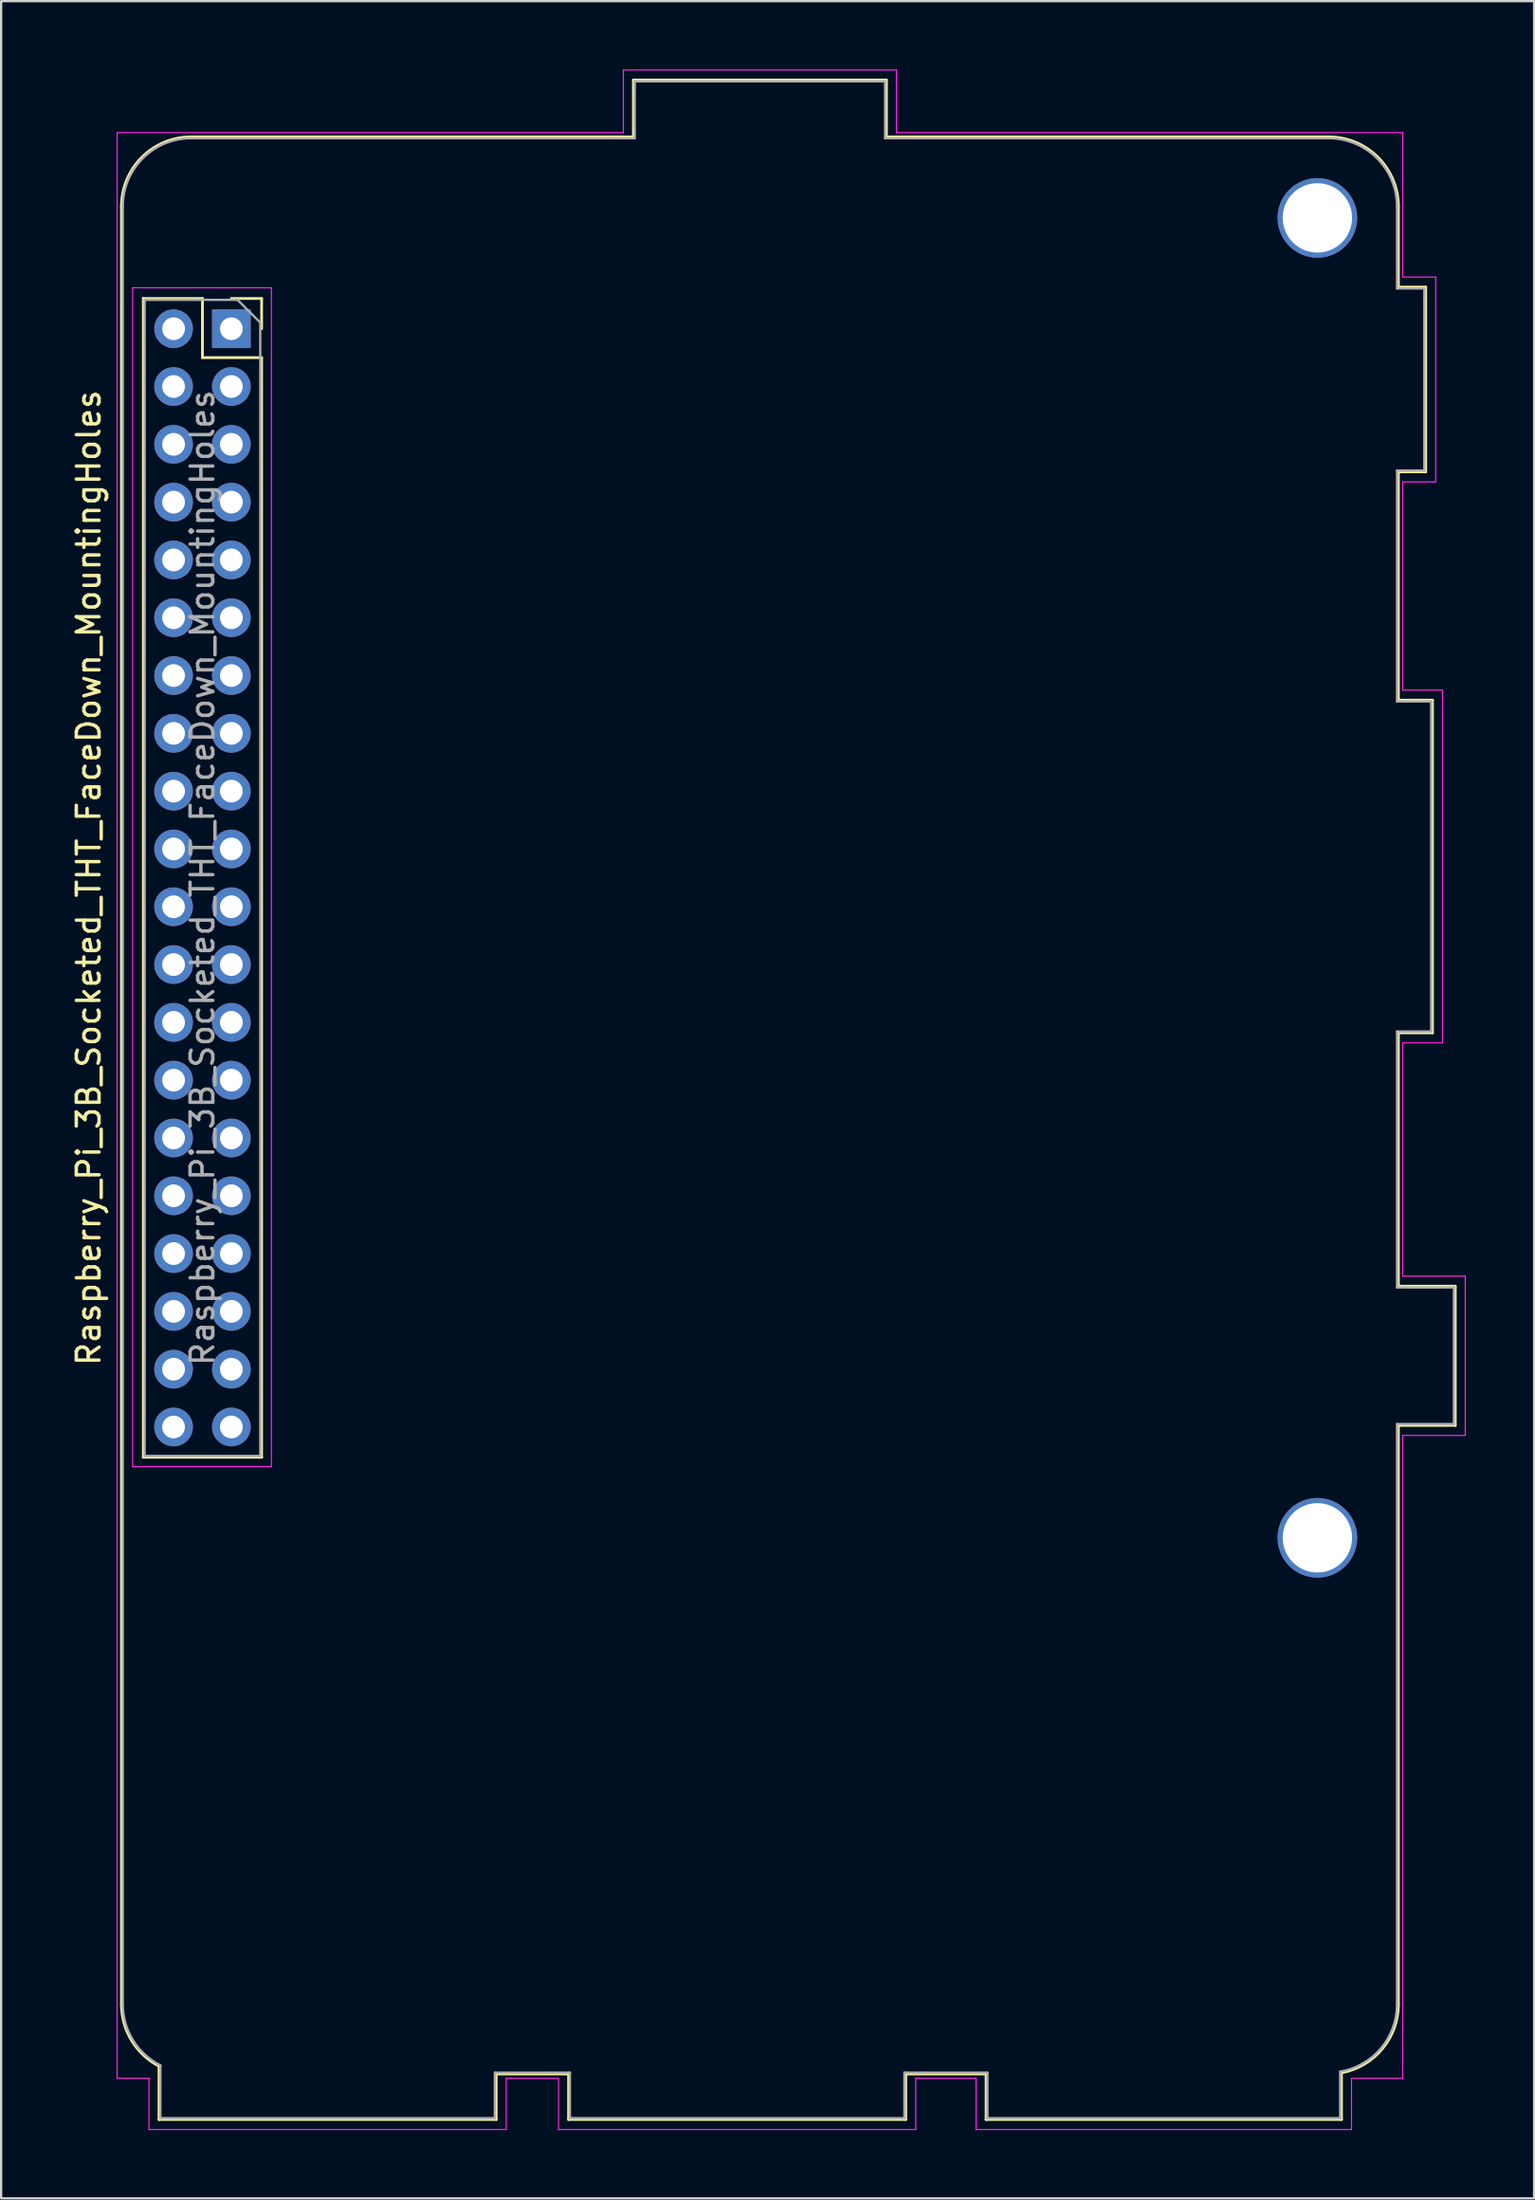
<source format=kicad_pcb>
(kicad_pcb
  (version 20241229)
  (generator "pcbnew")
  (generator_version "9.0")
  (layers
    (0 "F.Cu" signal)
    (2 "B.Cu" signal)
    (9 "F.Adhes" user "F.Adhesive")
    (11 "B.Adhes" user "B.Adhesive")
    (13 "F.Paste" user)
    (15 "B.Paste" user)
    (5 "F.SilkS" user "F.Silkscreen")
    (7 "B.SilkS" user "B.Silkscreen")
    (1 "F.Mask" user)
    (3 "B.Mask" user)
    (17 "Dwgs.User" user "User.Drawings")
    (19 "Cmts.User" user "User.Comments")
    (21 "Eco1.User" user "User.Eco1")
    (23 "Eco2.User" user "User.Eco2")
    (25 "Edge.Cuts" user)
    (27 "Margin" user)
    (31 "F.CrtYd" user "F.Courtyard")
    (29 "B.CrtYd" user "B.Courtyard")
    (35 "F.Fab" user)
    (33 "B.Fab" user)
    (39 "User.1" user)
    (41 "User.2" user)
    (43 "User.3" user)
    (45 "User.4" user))
  (footprint "Raspberry_Pi_3B_Socketed_THT_FaceDown_MountingHoles"
    (layer "F.Cu")
    (at 7.118 11.395)
    (property "Reference" "Raspberry_Pi_3B_Socketed_THT_FaceDown_MountingHoles" (at -6.27 24.13 90) (layer "F.SilkS") (effects (font (size 1 1) (thickness 0.15))))
    (attr through_hole)
    (fp_line (start -4.83 73.63) (end -4.83 -5.37) (stroke (width 0.12) (type solid)) (layer "F.SilkS"))
    (fp_line (start -3.87 -1.33) (end -3.87 49.59) (stroke (width 0.12) (type solid)) (layer "F.SilkS"))
    (fp_line (start -3.87 -1.33) (end -1.27 -1.33) (stroke (width 0.12) (type solid)) (layer "F.SilkS"))
    (fp_line (start -3.87 49.59) (end 1.33 49.59) (stroke (width 0.12) (type solid)) (layer "F.SilkS"))
    (fp_line (start -3.18 78.69) (end -3.178 76.347) (stroke (width 0.12) (type solid)) (layer "F.SilkS"))
    (fp_line (start -1.77 -8.43) (end 17.67 -8.43) (stroke (width 0.12) (type solid)) (layer "F.SilkS"))
    (fp_line (start -1.27 -1.33) (end -1.27 1.27) (stroke (width 0.12) (type solid)) (layer "F.SilkS"))
    (fp_line (start -1.27 1.27) (end 1.33 1.27) (stroke (width 0.12) (type solid)) (layer "F.SilkS"))
    (fp_line (start 0 -1.33) (end 1.33 -1.33) (stroke (width 0.12) (type solid)) (layer "F.SilkS"))
    (fp_line (start 1.33 -1.33) (end 1.33 0) (stroke (width 0.12) (type solid)) (layer "F.SilkS"))
    (fp_line (start 1.33 1.27) (end 1.33 49.59) (stroke (width 0.12) (type solid)) (layer "F.SilkS"))
    (fp_line (start 11.64 76.69) (end 11.64 78.69) (stroke (width 0.12) (type solid)) (layer "F.SilkS"))
    (fp_line (start 11.64 78.69) (end -3.18 78.69) (stroke (width 0.12) (type solid)) (layer "F.SilkS"))
    (fp_line (start 14.82 76.69) (end 11.64 76.69) (stroke (width 0.12) (type solid)) (layer "F.SilkS"))
    (fp_line (start 14.82 78.69) (end 14.82 76.69) (stroke (width 0.12) (type solid)) (layer "F.SilkS"))
    (fp_line (start 17.67 -10.93) (end 17.67 -8.43) (stroke (width 0.12) (type solid)) (layer "F.SilkS"))
    (fp_line (start 28.79 -10.93) (end 17.67 -10.93) (stroke (width 0.12) (type solid)) (layer "F.SilkS"))
    (fp_line (start 28.79 -8.43) (end 28.79 -10.93) (stroke (width 0.12) (type solid)) (layer "F.SilkS"))
    (fp_line (start 29.64 76.69) (end 29.64 78.69) (stroke (width 0.12) (type solid)) (layer "F.SilkS"))
    (fp_line (start 29.64 78.69) (end 14.82 78.69) (stroke (width 0.12) (type solid)) (layer "F.SilkS"))
    (fp_line (start 33.17 76.69) (end 29.64 76.69) (stroke (width 0.12) (type solid)) (layer "F.SilkS"))
    (fp_line (start 33.17 78.69) (end 33.17 76.69) (stroke (width 0.12) (type solid)) (layer "F.SilkS"))
    (fp_line (start 48.23 -8.43) (end 28.79 -8.43) (stroke (width 0.12) (type solid)) (layer "F.SilkS"))
    (fp_line (start 48.79 78.69) (end 33.17 78.69) (stroke (width 0.12) (type solid)) (layer "F.SilkS"))
    (fp_line (start 48.79 78.69) (end 48.79 76.638) (stroke (width 0.12) (type solid)) (layer "F.SilkS"))
    (fp_line (start 51.29 -5.37) (end 51.29 -1.83) (stroke (width 0.12) (type solid)) (layer "F.SilkS"))
    (fp_line (start 51.29 -1.83) (end 52.49 -1.83) (stroke (width 0.12) (type solid)) (layer "F.SilkS"))
    (fp_line (start 51.29 6.29) (end 51.29 16.32) (stroke (width 0.12) (type solid)) (layer "F.SilkS"))
    (fp_line (start 51.29 16.32) (end 52.79 16.32) (stroke (width 0.12) (type solid)) (layer "F.SilkS"))
    (fp_line (start 51.29 30.94) (end 51.29 42.07) (stroke (width 0.12) (type solid)) (layer "F.SilkS"))
    (fp_line (start 51.29 42.07) (end 53.79 42.07) (stroke (width 0.12) (type solid)) (layer "F.SilkS"))
    (fp_line (start 51.29 48.19) (end 51.29 73.63) (stroke (width 0.12) (type solid)) (layer "F.SilkS"))
    (fp_line (start 52.49 -1.83) (end 52.49 6.29) (stroke (width 0.12) (type solid)) (layer "F.SilkS"))
    (fp_line (start 52.49 6.29) (end 51.29 6.29) (stroke (width 0.12) (type solid)) (layer "F.SilkS"))
    (fp_line (start 52.79 16.32) (end 52.79 30.94) (stroke (width 0.12) (type solid)) (layer "F.SilkS"))
    (fp_line (start 52.79 30.94) (end 51.29 30.94) (stroke (width 0.12) (type solid)) (layer "F.SilkS"))
    (fp_line (start 53.79 42.07) (end 53.79 48.19) (stroke (width 0.12) (type solid)) (layer "F.SilkS"))
    (fp_line (start 53.79 48.19) (end 51.29 48.19) (stroke (width 0.12) (type solid)) (layer "F.SilkS"))
    (fp_arc (start -4.83 -5.37) (mid -3.933747 -7.533747) (end -1.77 -8.43) (stroke (width 0.12) (type solid)) (layer "F.SilkS"))
    (fp_arc (start -3.178211 76.346715) (mid -4.384644 75.219728) (end -4.83 73.63) (stroke (width 0.12) (type solid)) (layer "F.SilkS"))
    (fp_arc (start 48.23 -8.43) (mid 50.393747 -7.533747) (end 51.29 -5.37) (stroke (width 0.12) (type solid)) (layer "F.SilkS"))
    (fp_arc (start 51.29 73.63) (mid 50.583325 75.585879) (end 48.789698 76.638378) (stroke (width 0.12) (type solid)) (layer "F.SilkS"))
    (fp_line (start -5.02 -8.62) (end 17.23 -8.62) (stroke (width 0.05) (type solid)) (layer "F.CrtYd"))
    (fp_line (start -5.02 76.88) (end -5.02 -8.62) (stroke (width 0.05) (type solid)) (layer "F.CrtYd"))
    (fp_line (start -4.34 -1.8) (end 1.76 -1.8) (stroke (width 0.05) (type solid)) (layer "F.CrtYd"))
    (fp_line (start -4.34 50) (end -4.34 -1.8) (stroke (width 0.05) (type solid)) (layer "F.CrtYd"))
    (fp_line (start -3.62 76.88) (end -5.02 76.88) (stroke (width 0.05) (type solid)) (layer "F.CrtYd"))
    (fp_line (start -3.62 79.13) (end -3.62 76.88) (stroke (width 0.05) (type solid)) (layer "F.CrtYd"))
    (fp_line (start 1.76 -1.8) (end 1.76 50) (stroke (width 0.05) (type solid)) (layer "F.CrtYd"))
    (fp_line (start 1.76 50) (end -4.34 50) (stroke (width 0.05) (type solid)) (layer "F.CrtYd"))
    (fp_line (start 12.08 76.88) (end 12.08 79.13) (stroke (width 0.05) (type solid)) (layer "F.CrtYd"))
    (fp_line (start 12.08 79.13) (end -3.62 79.13) (stroke (width 0.05) (type solid)) (layer "F.CrtYd"))
    (fp_line (start 14.38 76.88) (end 12.08 76.88) (stroke (width 0.05) (type solid)) (layer "F.CrtYd"))
    (fp_line (start 14.38 79.13) (end 14.38 76.88) (stroke (width 0.05) (type solid)) (layer "F.CrtYd"))
    (fp_line (start 17.23 -11.37) (end 29.23 -11.37) (stroke (width 0.05) (type solid)) (layer "F.CrtYd"))
    (fp_line (start 17.23 -8.62) (end 17.23 -11.37) (stroke (width 0.05) (type solid)) (layer "F.CrtYd"))
    (fp_line (start 29.23 -11.37) (end 29.23 -8.62) (stroke (width 0.05) (type solid)) (layer "F.CrtYd"))
    (fp_line (start 29.23 -8.62) (end 51.48 -8.62) (stroke (width 0.05) (type solid)) (layer "F.CrtYd"))
    (fp_line (start 30.08 76.88) (end 30.08 79.13) (stroke (width 0.05) (type solid)) (layer "F.CrtYd"))
    (fp_line (start 30.08 79.13) (end 14.38 79.13) (stroke (width 0.05) (type solid)) (layer "F.CrtYd"))
    (fp_line (start 32.73 76.88) (end 30.08 76.88) (stroke (width 0.05) (type solid)) (layer "F.CrtYd"))
    (fp_line (start 32.73 79.13) (end 32.73 76.88) (stroke (width 0.05) (type solid)) (layer "F.CrtYd"))
    (fp_line (start 49.23 76.88) (end 49.23 79.13) (stroke (width 0.05) (type solid)) (layer "F.CrtYd"))
    (fp_line (start 49.23 79.13) (end 32.73 79.13) (stroke (width 0.05) (type solid)) (layer "F.CrtYd"))
    (fp_line (start 51.48 -8.62) (end 51.48 -2.27) (stroke (width 0.05) (type solid)) (layer "F.CrtYd"))
    (fp_line (start 51.48 -2.27) (end 52.93 -2.27) (stroke (width 0.05) (type solid)) (layer "F.CrtYd"))
    (fp_line (start 51.48 6.73) (end 51.48 15.88) (stroke (width 0.05) (type solid)) (layer "F.CrtYd"))
    (fp_line (start 51.48 15.88) (end 53.23 15.88) (stroke (width 0.05) (type solid)) (layer "F.CrtYd"))
    (fp_line (start 51.48 31.38) (end 51.48 41.63) (stroke (width 0.05) (type solid)) (layer "F.CrtYd"))
    (fp_line (start 51.48 41.63) (end 54.23 41.63) (stroke (width 0.05) (type solid)) (layer "F.CrtYd"))
    (fp_line (start 51.48 48.63) (end 51.48 76.88) (stroke (width 0.05) (type solid)) (layer "F.CrtYd"))
    (fp_line (start 51.48 76.88) (end 49.23 76.88) (stroke (width 0.05) (type solid)) (layer "F.CrtYd"))
    (fp_line (start 52.93 -2.27) (end 52.93 6.73) (stroke (width 0.05) (type solid)) (layer "F.CrtYd"))
    (fp_line (start 52.93 6.73) (end 51.48 6.73) (stroke (width 0.05) (type solid)) (layer "F.CrtYd"))
    (fp_line (start 53.23 15.88) (end 53.23 31.38) (stroke (width 0.05) (type solid)) (layer "F.CrtYd"))
    (fp_line (start 53.23 31.38) (end 51.48 31.38) (stroke (width 0.05) (type solid)) (layer "F.CrtYd"))
    (fp_line (start 54.23 41.63) (end 54.23 48.63) (stroke (width 0.05) (type solid)) (layer "F.CrtYd"))
    (fp_line (start 54.23 48.63) (end 51.48 48.63) (stroke (width 0.05) (type solid)) (layer "F.CrtYd"))
    (fp_line (start -4.77 73.63) (end -4.77 -5.37) (stroke (width 0.1) (type solid)) (layer "F.Fab"))
    (fp_line (start -3.81 -1.27) (end 0.27 -1.27) (stroke (width 0.1) (type solid)) (layer "F.Fab"))
    (fp_line (start -3.81 49.53) (end -3.81 -1.27) (stroke (width 0.1) (type solid)) (layer "F.Fab"))
    (fp_line (start -3.12 78.63) (end 11.58 78.63) (stroke (width 0.1) (type solid)) (layer "F.Fab"))
    (fp_line (start -3.118 76.31) (end -3.12 78.63) (stroke (width 0.1) (type solid)) (layer "F.Fab"))
    (fp_line (start -1.77 -8.37) (end 17.73 -8.37) (stroke (width 0.1) (type solid)) (layer "F.Fab"))
    (fp_line (start 0.27 -1.27) (end 1.27 -0.27) (stroke (width 0.1) (type solid)) (layer "F.Fab"))
    (fp_line (start 1.27 -0.27) (end 1.27 49.53) (stroke (width 0.1) (type solid)) (layer "F.Fab"))
    (fp_line (start 1.27 49.53) (end -3.81 49.53) (stroke (width 0.1) (type solid)) (layer "F.Fab"))
    (fp_line (start 11.58 76.63) (end 14.88 76.63) (stroke (width 0.1) (type solid)) (layer "F.Fab"))
    (fp_line (start 11.58 78.63) (end 11.58 76.63) (stroke (width 0.1) (type solid)) (layer "F.Fab"))
    (fp_line (start 14.88 76.63) (end 14.88 78.63) (stroke (width 0.1) (type solid)) (layer "F.Fab"))
    (fp_line (start 14.88 78.63) (end 29.58 78.63) (stroke (width 0.1) (type solid)) (layer "F.Fab"))
    (fp_line (start 17.73 -10.87) (end 17.73 -8.37) (stroke (width 0.1) (type solid)) (layer "F.Fab"))
    (fp_line (start 28.73 -10.87) (end 17.73 -10.87) (stroke (width 0.1) (type solid)) (layer "F.Fab"))
    (fp_line (start 28.73 -8.37) (end 28.73 -10.87) (stroke (width 0.1) (type solid)) (layer "F.Fab"))
    (fp_line (start 29.58 76.63) (end 33.23 76.63) (stroke (width 0.1) (type solid)) (layer "F.Fab"))
    (fp_line (start 29.58 78.63) (end 29.58 76.63) (stroke (width 0.1) (type solid)) (layer "F.Fab"))
    (fp_line (start 33.23 76.63) (end 33.23 78.63) (stroke (width 0.1) (type solid)) (layer "F.Fab"))
    (fp_line (start 33.23 78.63) (end 48.73 78.63) (stroke (width 0.1) (type solid)) (layer "F.Fab"))
    (fp_line (start 48.23 -8.37) (end 28.73 -8.37) (stroke (width 0.1) (type solid)) (layer "F.Fab"))
    (fp_line (start 48.73 78.63) (end 48.73 76.588) (stroke (width 0.1) (type solid)) (layer "F.Fab"))
    (fp_line (start 51.23 -5.37) (end 51.23 -1.77) (stroke (width 0.1) (type solid)) (layer "F.Fab"))
    (fp_line (start 51.23 -1.77) (end 52.43 -1.77) (stroke (width 0.1) (type solid)) (layer "F.Fab"))
    (fp_line (start 51.23 6.23) (end 51.23 16.38) (stroke (width 0.1) (type solid)) (layer "F.Fab"))
    (fp_line (start 51.23 16.38) (end 52.73 16.38) (stroke (width 0.1) (type solid)) (layer "F.Fab"))
    (fp_line (start 51.23 30.88) (end 51.23 42.13) (stroke (width 0.1) (type solid)) (layer "F.Fab"))
    (fp_line (start 51.23 42.13) (end 53.73 42.13) (stroke (width 0.1) (type solid)) (layer "F.Fab"))
    (fp_line (start 51.23 48.13) (end 51.23 73.63) (stroke (width 0.1) (type solid)) (layer "F.Fab"))
    (fp_line (start 52.43 -1.77) (end 52.43 6.23) (stroke (width 0.1) (type solid)) (layer "F.Fab"))
    (fp_line (start 52.43 6.23) (end 51.23 6.23) (stroke (width 0.1) (type solid)) (layer "F.Fab"))
    (fp_line (start 52.73 16.38) (end 52.73 30.88) (stroke (width 0.1) (type solid)) (layer "F.Fab"))
    (fp_line (start 52.73 30.88) (end 51.23 30.88) (stroke (width 0.1) (type solid)) (layer "F.Fab"))
    (fp_line (start 53.73 42.13) (end 53.73 48.13) (stroke (width 0.1) (type solid)) (layer "F.Fab"))
    (fp_line (start 53.73 48.13) (end 51.23 48.13) (stroke (width 0.1) (type solid)) (layer "F.Fab"))
    (fp_arc (start -4.77 -5.37) (mid -3.89132 -7.49132) (end -1.77 -8.37) (stroke (width 0.1) (type solid)) (layer "F.Fab"))
    (fp_arc (start -3.117957 76.310114) (mid -4.323808 75.204187) (end -4.77 73.63) (stroke (width 0.1) (type solid)) (layer "F.Fab"))
    (fp_arc (start 48.23 -8.37) (mid 50.35132 -7.49132) (end 51.23 -5.37) (stroke (width 0.1) (type solid)) (layer "F.Fab"))
    (fp_arc (start 51.23 73.63) (mid 50.521388 75.566373) (end 48.730306 76.587988) (stroke (width 0.1) (type solid)) (layer "F.Fab"))
    (fp_text user "${REFERENCE}" (at -1.27 24.13 90) (layer "F.Fab") (effects (font (size 1 1) (thickness 0.15))))
    (pad "" np_thru_hole circle (at 47.73 -4.87 90) (size 3.5 3.5) (drill 3.048) (layers "*.Cu" "*.Mask"))
    (pad "" np_thru_hole circle (at 47.73 53.13 90) (size 3.5 3.5) (drill 3.048) (layers "*.Cu" "*.Mask"))
    (pad "1" thru_hole rect (at 0 0) (size 1.7 1.7) (drill 1) (layers "*.Cu" "*.Mask"))
    (pad "2" thru_hole oval (at -2.54 0) (size 1.7 1.7) (drill 1) (layers "*.Cu" "*.Mask"))
    (pad "3" thru_hole oval (at 0 2.54) (size 1.7 1.7) (drill 1) (layers "*.Cu" "*.Mask"))
    (pad "4" thru_hole oval (at -2.54 2.54) (size 1.7 1.7) (drill 1) (layers "*.Cu" "*.Mask"))
    (pad "5" thru_hole oval (at 0 5.08) (size 1.7 1.7) (drill 1) (layers "*.Cu" "*.Mask"))
    (pad "6" thru_hole oval (at -2.54 5.08) (size 1.7 1.7) (drill 1) (layers "*.Cu" "*.Mask"))
    (pad "7" thru_hole oval (at 0 7.62) (size 1.7 1.7) (drill 1) (layers "*.Cu" "*.Mask"))
    (pad "8" thru_hole oval (at -2.54 7.62) (size 1.7 1.7) (drill 1) (layers "*.Cu" "*.Mask"))
    (pad "9" thru_hole oval (at 0 10.16) (size 1.7 1.7) (drill 1) (layers "*.Cu" "*.Mask"))
    (pad "10" thru_hole oval (at -2.54 10.16) (size 1.7 1.7) (drill 1) (layers "*.Cu" "*.Mask"))
    (pad "11" thru_hole oval (at 0 12.7) (size 1.7 1.7) (drill 1) (layers "*.Cu" "*.Mask"))
    (pad "12" thru_hole oval (at -2.54 12.7) (size 1.7 1.7) (drill 1) (layers "*.Cu" "*.Mask"))
    (pad "13" thru_hole oval (at 0 15.24) (size 1.7 1.7) (drill 1) (layers "*.Cu" "*.Mask"))
    (pad "14" thru_hole oval (at -2.54 15.24) (size 1.7 1.7) (drill 1) (layers "*.Cu" "*.Mask"))
    (pad "15" thru_hole oval (at 0 17.78) (size 1.7 1.7) (drill 1) (layers "*.Cu" "*.Mask"))
    (pad "16" thru_hole oval (at -2.54 17.78) (size 1.7 1.7) (drill 1) (layers "*.Cu" "*.Mask"))
    (pad "17" thru_hole oval (at 0 20.32) (size 1.7 1.7) (drill 1) (layers "*.Cu" "*.Mask"))
    (pad "18" thru_hole oval (at -2.54 20.32) (size 1.7 1.7) (drill 1) (layers "*.Cu" "*.Mask"))
    (pad "19" thru_hole oval (at 0 22.86) (size 1.7 1.7) (drill 1) (layers "*.Cu" "*.Mask"))
    (pad "20" thru_hole oval (at -2.54 22.86) (size 1.7 1.7) (drill 1) (layers "*.Cu" "*.Mask"))
    (pad "21" thru_hole oval (at 0 25.4) (size 1.7 1.7) (drill 1) (layers "*.Cu" "*.Mask"))
    (pad "22" thru_hole oval (at -2.54 25.4) (size 1.7 1.7) (drill 1) (layers "*.Cu" "*.Mask"))
    (pad "23" thru_hole oval (at 0 27.94) (size 1.7 1.7) (drill 1) (layers "*.Cu" "*.Mask"))
    (pad "24" thru_hole oval (at -2.54 27.94) (size 1.7 1.7) (drill 1) (layers "*.Cu" "*.Mask"))
    (pad "25" thru_hole oval (at 0 30.48) (size 1.7 1.7) (drill 1) (layers "*.Cu" "*.Mask"))
    (pad "26" thru_hole oval (at -2.54 30.48) (size 1.7 1.7) (drill 1) (layers "*.Cu" "*.Mask"))
    (pad "27" thru_hole oval (at 0 33.02) (size 1.7 1.7) (drill 1) (layers "*.Cu" "*.Mask"))
    (pad "28" thru_hole oval (at -2.54 33.02) (size 1.7 1.7) (drill 1) (layers "*.Cu" "*.Mask"))
    (pad "29" thru_hole oval (at 0 35.56) (size 1.7 1.7) (drill 1) (layers "*.Cu" "*.Mask"))
    (pad "30" thru_hole oval (at -2.54 35.56) (size 1.7 1.7) (drill 1) (layers "*.Cu" "*.Mask"))
    (pad "31" thru_hole oval (at 0 38.1) (size 1.7 1.7) (drill 1) (layers "*.Cu" "*.Mask"))
    (pad "32" thru_hole oval (at -2.54 38.1) (size 1.7 1.7) (drill 1) (layers "*.Cu" "*.Mask"))
    (pad "33" thru_hole oval (at 0 40.64) (size 1.7 1.7) (drill 1) (layers "*.Cu" "*.Mask"))
    (pad "34" thru_hole oval (at -2.54 40.64) (size 1.7 1.7) (drill 1) (layers "*.Cu" "*.Mask"))
    (pad "35" thru_hole oval (at 0 43.18) (size 1.7 1.7) (drill 1) (layers "*.Cu" "*.Mask"))
    (pad "36" thru_hole oval (at -2.54 43.18) (size 1.7 1.7) (drill 1) (layers "*.Cu" "*.Mask"))
    (pad "37" thru_hole oval (at 0 45.72) (size 1.7 1.7) (drill 1) (layers "*.Cu" "*.Mask"))
    (pad "38" thru_hole oval (at -2.54 45.72) (size 1.7 1.7) (drill 1) (layers "*.Cu" "*.Mask"))
    (pad "39" thru_hole oval (at 0 48.26) (size 1.7 1.7) (drill 1) (layers "*.Cu" "*.Mask"))
    (pad "40" thru_hole oval (at -2.54 48.26) (size 1.7 1.7) (drill 1) (layers "*.Cu" "*.Mask")))
  (gr_rect
    (start -3 -3)
    (end 64.373 93.55)
    (stroke (width 0.1) (type default))
    (fill no)
    (layer "Edge.Cuts")))
</source>
